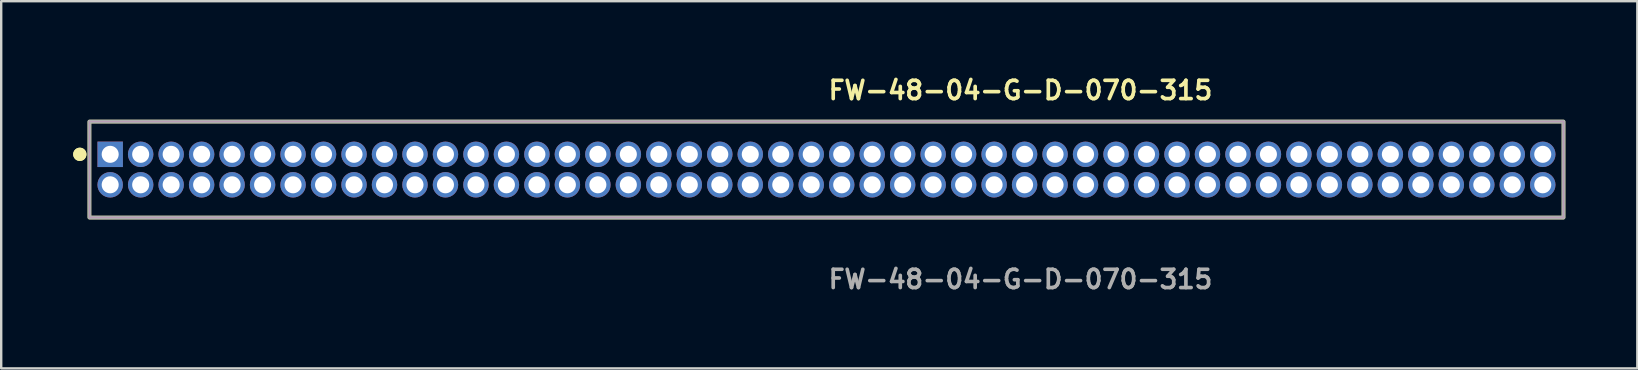
<source format=kicad_pcb>
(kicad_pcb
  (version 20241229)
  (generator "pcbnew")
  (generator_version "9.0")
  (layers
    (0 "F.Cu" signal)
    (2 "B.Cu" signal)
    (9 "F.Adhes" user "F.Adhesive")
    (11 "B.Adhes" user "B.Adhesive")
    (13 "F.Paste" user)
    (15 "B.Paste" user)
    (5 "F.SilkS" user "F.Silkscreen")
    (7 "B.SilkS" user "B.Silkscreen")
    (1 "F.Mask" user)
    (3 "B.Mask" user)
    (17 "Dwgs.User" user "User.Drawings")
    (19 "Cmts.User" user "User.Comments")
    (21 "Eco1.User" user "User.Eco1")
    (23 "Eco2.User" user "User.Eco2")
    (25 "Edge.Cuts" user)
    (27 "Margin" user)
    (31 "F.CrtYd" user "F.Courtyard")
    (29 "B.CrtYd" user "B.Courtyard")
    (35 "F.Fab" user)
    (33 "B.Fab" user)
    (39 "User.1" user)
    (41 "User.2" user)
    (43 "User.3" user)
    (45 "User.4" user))
  (footprint "FW-48-04-G-D-070-315"
    (layer "F.Cu")
    (at 31.386 4.015)
    (property "Reference" "FW-48-04-G-D-070-315" (at 0 -3.302 0) (unlocked yes) (layer "F.SilkS") (effects (font (size 0.762 0.762) (thickness 0.152)) (justify left)))
    (fp_rect (start -30.71 2) (end 30.71 -2) (stroke (width 0.152) (type solid)) (fill no) (layer "F.SilkS"))
    (fp_circle (center -31.11 -0.635) (end -31.31 -0.635) (stroke (width 0.152) (type solid)) (fill yes) (layer "F.SilkS"))
    (fp_circle (center -31.11 -0.635) (end -31.31 -0.635) (stroke (width 0.152) (type solid)) (fill yes) (layer "F.SilkS"))
    (fp_rect (start -30.71 2) (end 30.71 -2) (stroke (width 0.006) (type solid)) (fill no) (layer "F.CrtYd"))
    (fp_rect (start -30.71 2) (end 30.71 -2) (stroke (width 0.152) (type solid)) (fill no) (layer "F.Fab"))
    (fp_text user "${REFERENCE}" (at 0 4.572 0) (unlocked yes) (layer "F.Fab") (effects (font (size 0.762 0.762) (thickness 0.152)) (justify left)))
    (pad "1" thru_hole rect (at -29.845 -0.635) (size 1.06 1.06) (drill 0.71) (layers "*.Cu" "*.Mask"))
    (pad "2" thru_hole circle (at -29.845 0.635) (size 1.06 1.06) (drill 0.71) (layers "*.Cu" "*.Mask"))
    (pad "3" thru_hole circle (at -28.575 -0.635) (size 1.06 1.06) (drill 0.71) (layers "*.Cu" "*.Mask"))
    (pad "4" thru_hole circle (at -28.575 0.635) (size 1.06 1.06) (drill 0.71) (layers "*.Cu" "*.Mask"))
    (pad "5" thru_hole circle (at -27.305 -0.635) (size 1.06 1.06) (drill 0.71) (layers "*.Cu" "*.Mask"))
    (pad "6" thru_hole circle (at -27.305 0.635) (size 1.06 1.06) (drill 0.71) (layers "*.Cu" "*.Mask"))
    (pad "7" thru_hole circle (at -26.035 -0.635) (size 1.06 1.06) (drill 0.71) (layers "*.Cu" "*.Mask"))
    (pad "8" thru_hole circle (at -26.035 0.635) (size 1.06 1.06) (drill 0.71) (layers "*.Cu" "*.Mask"))
    (pad "9" thru_hole circle (at -24.765 -0.635) (size 1.06 1.06) (drill 0.71) (layers "*.Cu" "*.Mask"))
    (pad "10" thru_hole circle (at -24.765 0.635) (size 1.06 1.06) (drill 0.71) (layers "*.Cu" "*.Mask"))
    (pad "11" thru_hole circle (at -23.495 -0.635) (size 1.06 1.06) (drill 0.71) (layers "*.Cu" "*.Mask"))
    (pad "12" thru_hole circle (at -23.495 0.635) (size 1.06 1.06) (drill 0.71) (layers "*.Cu" "*.Mask"))
    (pad "13" thru_hole circle (at -22.225 -0.635) (size 1.06 1.06) (drill 0.71) (layers "*.Cu" "*.Mask"))
    (pad "14" thru_hole circle (at -22.225 0.635) (size 1.06 1.06) (drill 0.71) (layers "*.Cu" "*.Mask"))
    (pad "15" thru_hole circle (at -20.955 -0.635) (size 1.06 1.06) (drill 0.71) (layers "*.Cu" "*.Mask"))
    (pad "16" thru_hole circle (at -20.955 0.635) (size 1.06 1.06) (drill 0.71) (layers "*.Cu" "*.Mask"))
    (pad "17" thru_hole circle (at -19.685 -0.635) (size 1.06 1.06) (drill 0.71) (layers "*.Cu" "*.Mask"))
    (pad "18" thru_hole circle (at -19.685 0.635) (size 1.06 1.06) (drill 0.71) (layers "*.Cu" "*.Mask"))
    (pad "19" thru_hole circle (at -18.415 -0.635) (size 1.06 1.06) (drill 0.71) (layers "*.Cu" "*.Mask"))
    (pad "20" thru_hole circle (at -18.415 0.635) (size 1.06 1.06) (drill 0.71) (layers "*.Cu" "*.Mask"))
    (pad "21" thru_hole circle (at -17.145 -0.635) (size 1.06 1.06) (drill 0.71) (layers "*.Cu" "*.Mask"))
    (pad "22" thru_hole circle (at -17.145 0.635) (size 1.06 1.06) (drill 0.71) (layers "*.Cu" "*.Mask"))
    (pad "23" thru_hole circle (at -15.875 -0.635) (size 1.06 1.06) (drill 0.71) (layers "*.Cu" "*.Mask"))
    (pad "24" thru_hole circle (at -15.875 0.635) (size 1.06 1.06) (drill 0.71) (layers "*.Cu" "*.Mask"))
    (pad "25" thru_hole circle (at -14.605 -0.635) (size 1.06 1.06) (drill 0.71) (layers "*.Cu" "*.Mask"))
    (pad "26" thru_hole circle (at -14.605 0.635) (size 1.06 1.06) (drill 0.71) (layers "*.Cu" "*.Mask"))
    (pad "27" thru_hole circle (at -13.335 -0.635) (size 1.06 1.06) (drill 0.71) (layers "*.Cu" "*.Mask"))
    (pad "28" thru_hole circle (at -13.335 0.635) (size 1.06 1.06) (drill 0.71) (layers "*.Cu" "*.Mask"))
    (pad "29" thru_hole circle (at -12.065 -0.635) (size 1.06 1.06) (drill 0.71) (layers "*.Cu" "*.Mask"))
    (pad "30" thru_hole circle (at -12.065 0.635) (size 1.06 1.06) (drill 0.71) (layers "*.Cu" "*.Mask"))
    (pad "31" thru_hole circle (at -10.795 -0.635) (size 1.06 1.06) (drill 0.71) (layers "*.Cu" "*.Mask"))
    (pad "32" thru_hole circle (at -10.795 0.635) (size 1.06 1.06) (drill 0.71) (layers "*.Cu" "*.Mask"))
    (pad "33" thru_hole circle (at -9.525 -0.635) (size 1.06 1.06) (drill 0.71) (layers "*.Cu" "*.Mask"))
    (pad "34" thru_hole circle (at -9.525 0.635) (size 1.06 1.06) (drill 0.71) (layers "*.Cu" "*.Mask"))
    (pad "35" thru_hole circle (at -8.255 -0.635) (size 1.06 1.06) (drill 0.71) (layers "*.Cu" "*.Mask"))
    (pad "36" thru_hole circle (at -8.255 0.635) (size 1.06 1.06) (drill 0.71) (layers "*.Cu" "*.Mask"))
    (pad "37" thru_hole circle (at -6.985 -0.635) (size 1.06 1.06) (drill 0.71) (layers "*.Cu" "*.Mask"))
    (pad "38" thru_hole circle (at -6.985 0.635) (size 1.06 1.06) (drill 0.71) (layers "*.Cu" "*.Mask"))
    (pad "39" thru_hole circle (at -5.715 -0.635) (size 1.06 1.06) (drill 0.71) (layers "*.Cu" "*.Mask"))
    (pad "40" thru_hole circle (at -5.715 0.635) (size 1.06 1.06) (drill 0.71) (layers "*.Cu" "*.Mask"))
    (pad "41" thru_hole circle (at -4.445 -0.635) (size 1.06 1.06) (drill 0.71) (layers "*.Cu" "*.Mask"))
    (pad "42" thru_hole circle (at -4.445 0.635) (size 1.06 1.06) (drill 0.71) (layers "*.Cu" "*.Mask"))
    (pad "43" thru_hole circle (at -3.175 -0.635) (size 1.06 1.06) (drill 0.71) (layers "*.Cu" "*.Mask"))
    (pad "44" thru_hole circle (at -3.175 0.635) (size 1.06 1.06) (drill 0.71) (layers "*.Cu" "*.Mask"))
    (pad "45" thru_hole circle (at -1.905 -0.635) (size 1.06 1.06) (drill 0.71) (layers "*.Cu" "*.Mask"))
    (pad "46" thru_hole circle (at -1.905 0.635) (size 1.06 1.06) (drill 0.71) (layers "*.Cu" "*.Mask"))
    (pad "47" thru_hole circle (at -0.635 -0.635) (size 1.06 1.06) (drill 0.71) (layers "*.Cu" "*.Mask"))
    (pad "48" thru_hole circle (at -0.635 0.635) (size 1.06 1.06) (drill 0.71) (layers "*.Cu" "*.Mask"))
    (pad "49" thru_hole circle (at 0.635 -0.635) (size 1.06 1.06) (drill 0.71) (layers "*.Cu" "*.Mask"))
    (pad "50" thru_hole circle (at 0.635 0.635) (size 1.06 1.06) (drill 0.71) (layers "*.Cu" "*.Mask"))
    (pad "51" thru_hole circle (at 1.905 -0.635) (size 1.06 1.06) (drill 0.71) (layers "*.Cu" "*.Mask"))
    (pad "52" thru_hole circle (at 1.905 0.635) (size 1.06 1.06) (drill 0.71) (layers "*.Cu" "*.Mask"))
    (pad "53" thru_hole circle (at 3.175 -0.635) (size 1.06 1.06) (drill 0.71) (layers "*.Cu" "*.Mask"))
    (pad "54" thru_hole circle (at 3.175 0.635) (size 1.06 1.06) (drill 0.71) (layers "*.Cu" "*.Mask"))
    (pad "55" thru_hole circle (at 4.445 -0.635) (size 1.06 1.06) (drill 0.71) (layers "*.Cu" "*.Mask"))
    (pad "56" thru_hole circle (at 4.445 0.635) (size 1.06 1.06) (drill 0.71) (layers "*.Cu" "*.Mask"))
    (pad "57" thru_hole circle (at 5.715 -0.635) (size 1.06 1.06) (drill 0.71) (layers "*.Cu" "*.Mask"))
    (pad "58" thru_hole circle (at 5.715 0.635) (size 1.06 1.06) (drill 0.71) (layers "*.Cu" "*.Mask"))
    (pad "59" thru_hole circle (at 6.985 -0.635) (size 1.06 1.06) (drill 0.71) (layers "*.Cu" "*.Mask"))
    (pad "60" thru_hole circle (at 6.985 0.635) (size 1.06 1.06) (drill 0.71) (layers "*.Cu" "*.Mask"))
    (pad "61" thru_hole circle (at 8.255 -0.635) (size 1.06 1.06) (drill 0.71) (layers "*.Cu" "*.Mask"))
    (pad "62" thru_hole circle (at 8.255 0.635) (size 1.06 1.06) (drill 0.71) (layers "*.Cu" "*.Mask"))
    (pad "63" thru_hole circle (at 9.525 -0.635) (size 1.06 1.06) (drill 0.71) (layers "*.Cu" "*.Mask"))
    (pad "64" thru_hole circle (at 9.525 0.635) (size 1.06 1.06) (drill 0.71) (layers "*.Cu" "*.Mask"))
    (pad "65" thru_hole circle (at 10.795 -0.635) (size 1.06 1.06) (drill 0.71) (layers "*.Cu" "*.Mask"))
    (pad "66" thru_hole circle (at 10.795 0.635) (size 1.06 1.06) (drill 0.71) (layers "*.Cu" "*.Mask"))
    (pad "67" thru_hole circle (at 12.065 -0.635) (size 1.06 1.06) (drill 0.71) (layers "*.Cu" "*.Mask"))
    (pad "68" thru_hole circle (at 12.065 0.635) (size 1.06 1.06) (drill 0.71) (layers "*.Cu" "*.Mask"))
    (pad "69" thru_hole circle (at 13.335 -0.635) (size 1.06 1.06) (drill 0.71) (layers "*.Cu" "*.Mask"))
    (pad "70" thru_hole circle (at 13.335 0.635) (size 1.06 1.06) (drill 0.71) (layers "*.Cu" "*.Mask"))
    (pad "71" thru_hole circle (at 14.605 -0.635) (size 1.06 1.06) (drill 0.71) (layers "*.Cu" "*.Mask"))
    (pad "72" thru_hole circle (at 14.605 0.635) (size 1.06 1.06) (drill 0.71) (layers "*.Cu" "*.Mask"))
    (pad "73" thru_hole circle (at 15.875 -0.635) (size 1.06 1.06) (drill 0.71) (layers "*.Cu" "*.Mask"))
    (pad "74" thru_hole circle (at 15.875 0.635) (size 1.06 1.06) (drill 0.71) (layers "*.Cu" "*.Mask"))
    (pad "75" thru_hole circle (at 17.145 -0.635) (size 1.06 1.06) (drill 0.71) (layers "*.Cu" "*.Mask"))
    (pad "76" thru_hole circle (at 17.145 0.635) (size 1.06 1.06) (drill 0.71) (layers "*.Cu" "*.Mask"))
    (pad "77" thru_hole circle (at 18.415 -0.635) (size 1.06 1.06) (drill 0.71) (layers "*.Cu" "*.Mask"))
    (pad "78" thru_hole circle (at 18.415 0.635) (size 1.06 1.06) (drill 0.71) (layers "*.Cu" "*.Mask"))
    (pad "79" thru_hole circle (at 19.685 -0.635) (size 1.06 1.06) (drill 0.71) (layers "*.Cu" "*.Mask"))
    (pad "80" thru_hole circle (at 19.685 0.635) (size 1.06 1.06) (drill 0.71) (layers "*.Cu" "*.Mask"))
    (pad "81" thru_hole circle (at 20.955 -0.635) (size 1.06 1.06) (drill 0.71) (layers "*.Cu" "*.Mask"))
    (pad "82" thru_hole circle (at 20.955 0.635) (size 1.06 1.06) (drill 0.71) (layers "*.Cu" "*.Mask"))
    (pad "83" thru_hole circle (at 22.225 -0.635) (size 1.06 1.06) (drill 0.71) (layers "*.Cu" "*.Mask"))
    (pad "84" thru_hole circle (at 22.225 0.635) (size 1.06 1.06) (drill 0.71) (layers "*.Cu" "*.Mask"))
    (pad "85" thru_hole circle (at 23.495 -0.635) (size 1.06 1.06) (drill 0.71) (layers "*.Cu" "*.Mask"))
    (pad "86" thru_hole circle (at 23.495 0.635) (size 1.06 1.06) (drill 0.71) (layers "*.Cu" "*.Mask"))
    (pad "87" thru_hole circle (at 24.765 -0.635) (size 1.06 1.06) (drill 0.71) (layers "*.Cu" "*.Mask"))
    (pad "88" thru_hole circle (at 24.765 0.635) (size 1.06 1.06) (drill 0.71) (layers "*.Cu" "*.Mask"))
    (pad "89" thru_hole circle (at 26.035 -0.635) (size 1.06 1.06) (drill 0.71) (layers "*.Cu" "*.Mask"))
    (pad "90" thru_hole circle (at 26.035 0.635) (size 1.06 1.06) (drill 0.71) (layers "*.Cu" "*.Mask"))
    (pad "91" thru_hole circle (at 27.305 -0.635) (size 1.06 1.06) (drill 0.71) (layers "*.Cu" "*.Mask"))
    (pad "92" thru_hole circle (at 27.305 0.635) (size 1.06 1.06) (drill 0.71) (layers "*.Cu" "*.Mask"))
    (pad "93" thru_hole circle (at 28.575 -0.635) (size 1.06 1.06) (drill 0.71) (layers "*.Cu" "*.Mask"))
    (pad "94" thru_hole circle (at 28.575 0.635) (size 1.06 1.06) (drill 0.71) (layers "*.Cu" "*.Mask"))
    (pad "95" thru_hole circle (at 29.845 -0.635) (size 1.06 1.06) (drill 0.71) (layers "*.Cu" "*.Mask"))
    (pad "96" thru_hole circle (at 29.845 0.635) (size 1.06 1.06) (drill 0.71) (layers "*.Cu" "*.Mask")))
  (gr_rect
    (start -3 -3)
    (end 65.172 12.3)
    (stroke (width 0.1) (type default))
    (fill no)
    (layer "Edge.Cuts")))
</source>
